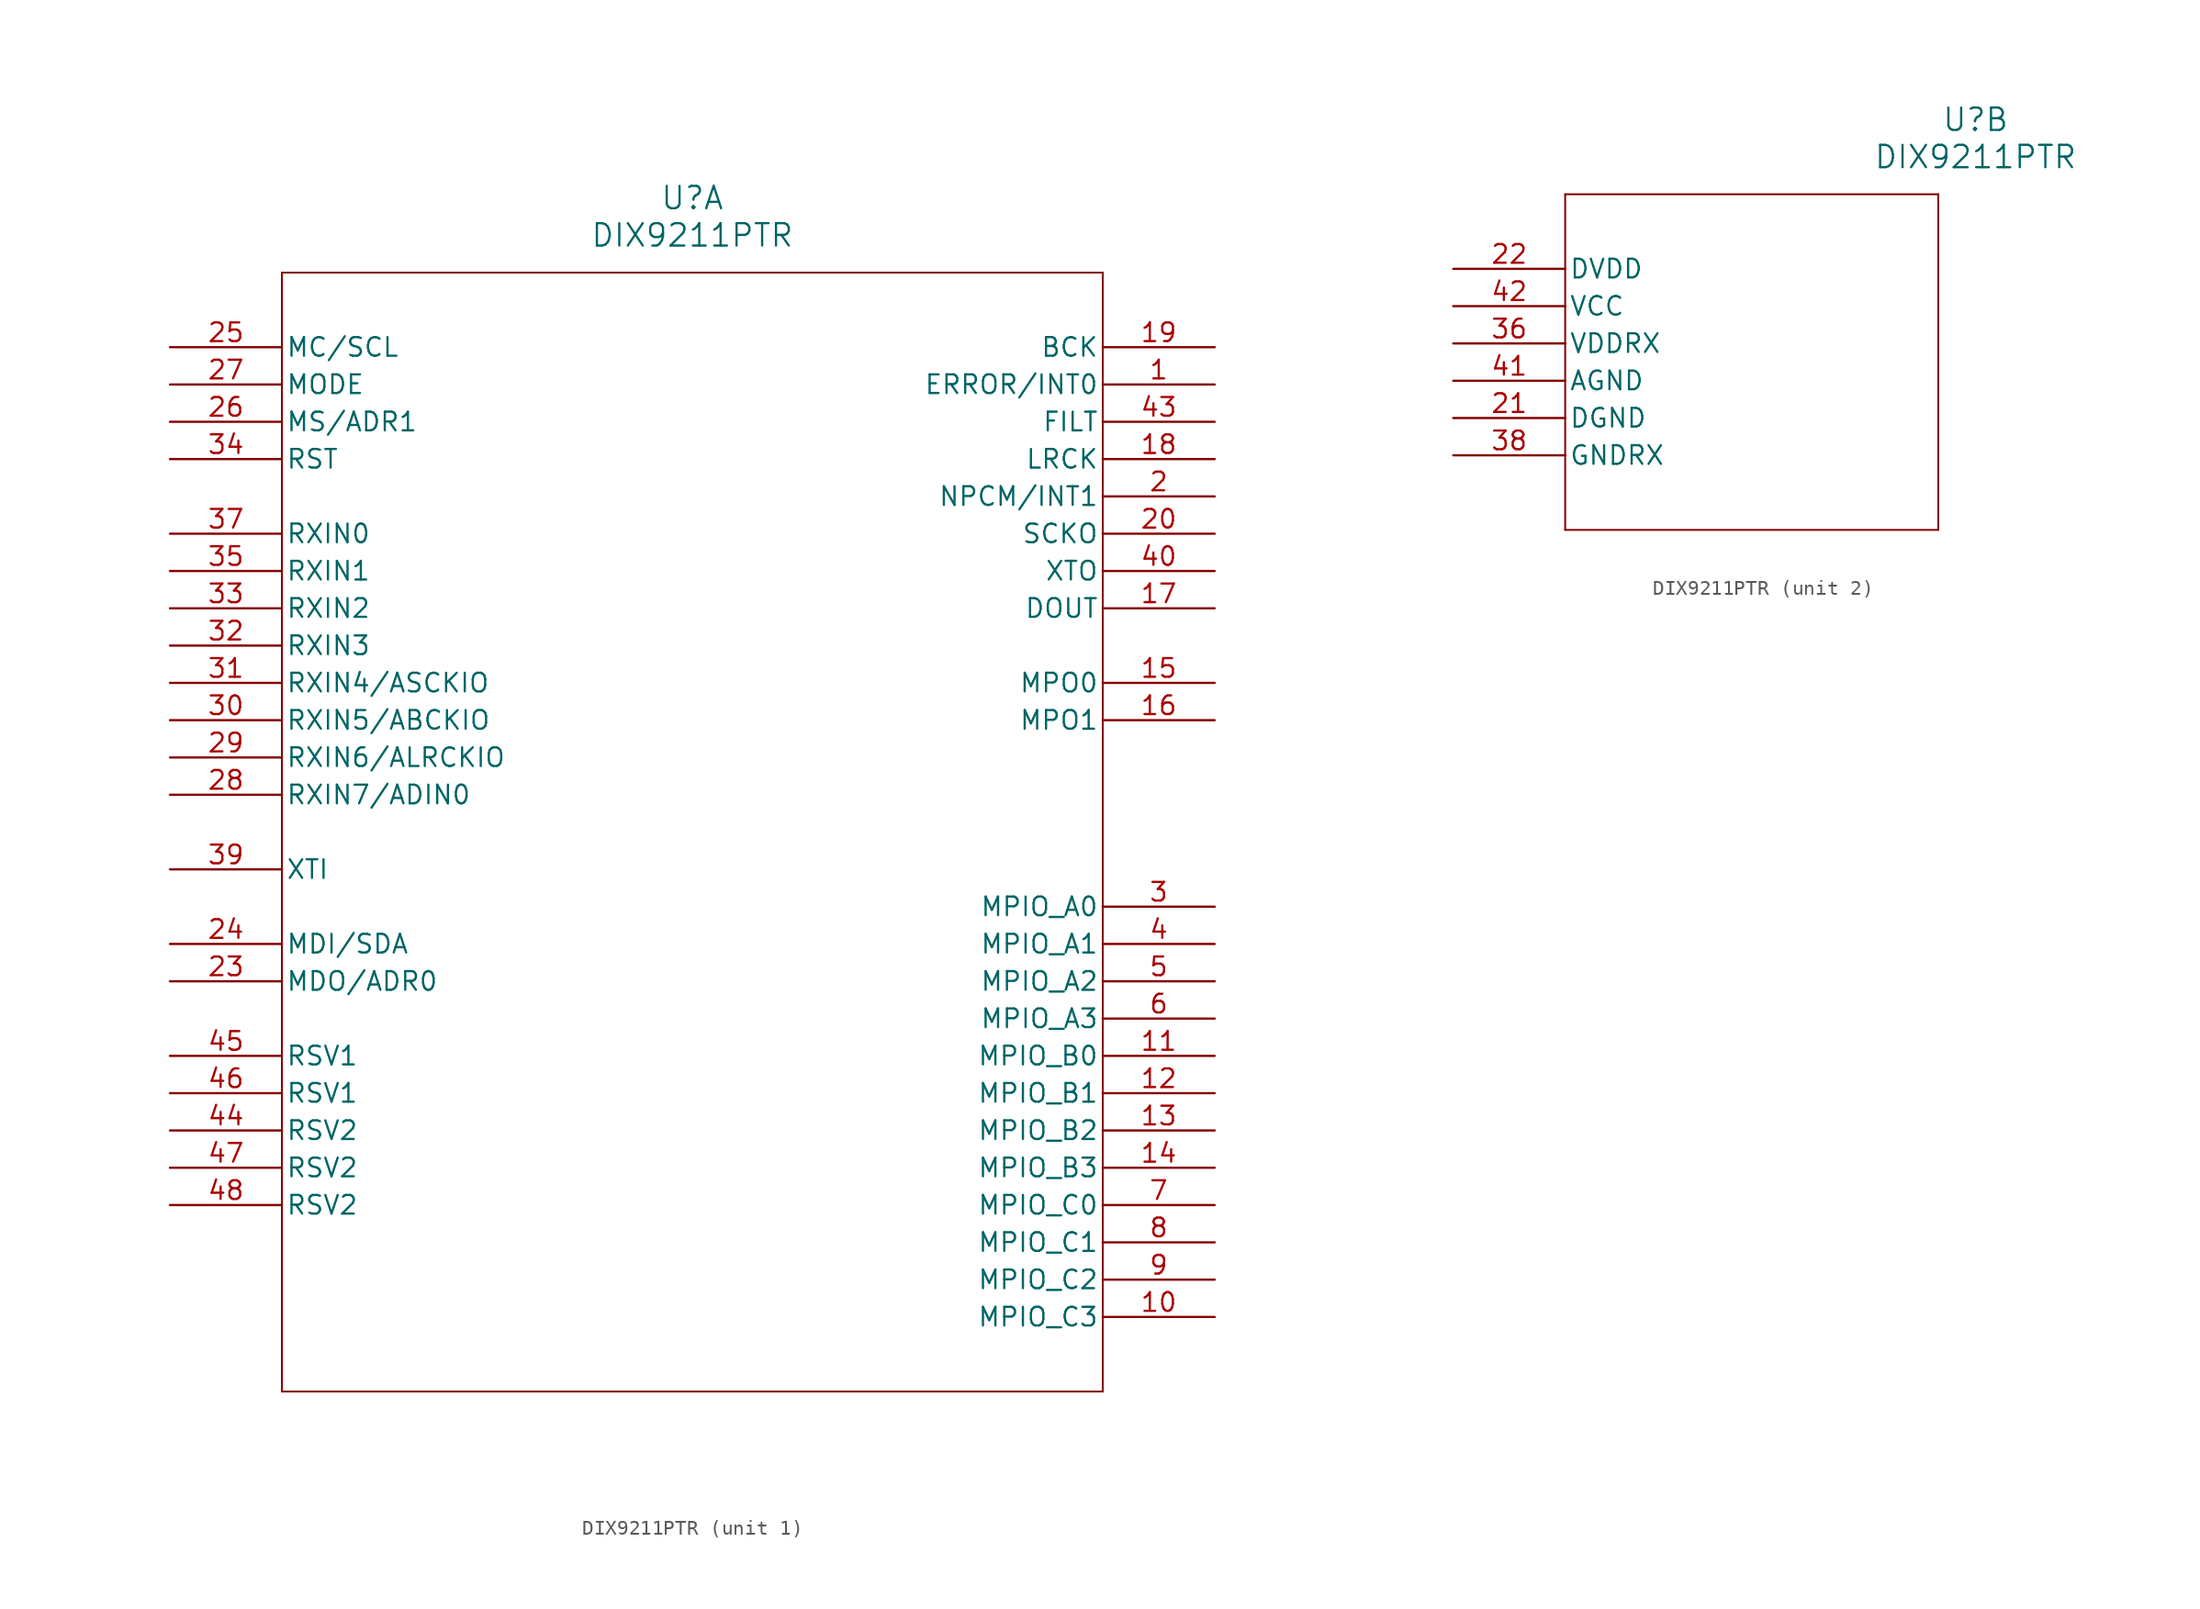
<source format=kicad_sym>
(kicad_symbol_lib
  (version 20211014)
  (generator kicad_symbol_editor)
  (symbol "DIX9211PTR"
    (pin_names
      (offset 0.254))
    (property "Reference" "U"
      (at 35.56 10.16 0)
      (effects (font (size 1.524 1.524))))
    (property "Value" "DIX9211PTR"
      (at 35.56 7.62 0)
      (effects (font (size 1.524 1.524))))
    (symbol "DIX9211PTR_1_1"
      (polyline (pts (xy 7.62 5.08) (xy 7.62 -71.12)) (stroke (width 0.127) (type default) (color 0 0 0 0)) (fill (type none)))
      (polyline (pts (xy 7.62 -71.12) (xy 63.5 -71.12)) (stroke (width 0.127) (type default) (color 0 0 0 0)) (fill (type none)))
      (polyline (pts (xy 63.5 -71.12) (xy 63.5 5.08)) (stroke (width 0.127) (type default) (color 0 0 0 0)) (fill (type none)))
      (polyline (pts (xy 63.5 5.08) (xy 7.62 5.08)) (stroke (width 0.127) (type default) (color 0 0 0 0)) (fill (type none)))
      (pin output line (at 71.12 -2.54 180) (length 7.62) (name "ERROR/INT0" (effects (font (size 1.27 1.27)))) (number "1" (effects (font (size 1.27 1.27)))))
      (pin output line (at 71.12 -10.16 180) (length 7.62) (name "NPCM/INT1" (effects (font (size 1.27 1.27)))) (number "2" (effects (font (size 1.27 1.27)))))
      (pin bidirectional line (at 71.12 -38.1 180) (length 7.62) (name "MPIO_A0" (effects (font (size 1.27 1.27)))) (number "3" (effects (font (size 1.27 1.27)))))
      (pin bidirectional line (at 71.12 -40.64 180) (length 7.62) (name "MPIO_A1" (effects (font (size 1.27 1.27)))) (number "4" (effects (font (size 1.27 1.27)))))
      (pin bidirectional line (at 71.12 -43.18 180) (length 7.62) (name "MPIO_A2" (effects (font (size 1.27 1.27)))) (number "5" (effects (font (size 1.27 1.27)))))
      (pin bidirectional line (at 71.12 -45.72 180) (length 7.62) (name "MPIO_A3" (effects (font (size 1.27 1.27)))) (number "6" (effects (font (size 1.27 1.27)))))
      (pin bidirectional line (at 71.12 -58.42 180) (length 7.62) (name "MPIO_C0" (effects (font (size 1.27 1.27)))) (number "7" (effects (font (size 1.27 1.27)))))
      (pin bidirectional line (at 71.12 -60.96 180) (length 7.62) (name "MPIO_C1" (effects (font (size 1.27 1.27)))) (number "8" (effects (font (size 1.27 1.27)))))
      (pin bidirectional line (at 71.12 -63.5 180) (length 7.62) (name "MPIO_C2" (effects (font (size 1.27 1.27)))) (number "9" (effects (font (size 1.27 1.27)))))
      (pin bidirectional line (at 71.12 -66.04 180) (length 7.62) (name "MPIO_C3" (effects (font (size 1.27 1.27)))) (number "10" (effects (font (size 1.27 1.27)))))
      (pin bidirectional line (at 71.12 -48.26 180) (length 7.62) (name "MPIO_B0" (effects (font (size 1.27 1.27)))) (number "11" (effects (font (size 1.27 1.27)))))
      (pin bidirectional line (at 71.12 -50.8 180) (length 7.62) (name "MPIO_B1" (effects (font (size 1.27 1.27)))) (number "12" (effects (font (size 1.27 1.27)))))
      (pin bidirectional line (at 71.12 -53.34 180) (length 7.62) (name "MPIO_B2" (effects (font (size 1.27 1.27)))) (number "13" (effects (font (size 1.27 1.27)))))
      (pin bidirectional line (at 71.12 -55.88 180) (length 7.62) (name "MPIO_B3" (effects (font (size 1.27 1.27)))) (number "14" (effects (font (size 1.27 1.27)))))
      (pin output line (at 71.12 -22.86 180) (length 7.62) (name "MPO0" (effects (font (size 1.27 1.27)))) (number "15" (effects (font (size 1.27 1.27)))))
      (pin output line (at 71.12 -25.4 180) (length 7.62) (name "MPO1" (effects (font (size 1.27 1.27)))) (number "16" (effects (font (size 1.27 1.27)))))
      (pin output line (at 71.12 -17.78 180) (length 7.62) (name "DOUT" (effects (font (size 1.27 1.27)))) (number "17" (effects (font (size 1.27 1.27)))))
      (pin output line (at 71.12 -7.62 180) (length 7.62) (name "LRCK" (effects (font (size 1.27 1.27)))) (number "18" (effects (font (size 1.27 1.27)))))
      (pin output line (at 71.12 0 180) (length 7.62) (name "BCK" (effects (font (size 1.27 1.27)))) (number "19" (effects (font (size 1.27 1.27)))))
      (pin output line (at 71.12 -12.7 180) (length 7.62) (name "SCKO" (effects (font (size 1.27 1.27)))) (number "20" (effects (font (size 1.27 1.27)))))
      (pin bidirectional line (at 0 -43.18 0) (length 7.62) (name "MDO/ADR0" (effects (font (size 1.27 1.27)))) (number "23" (effects (font (size 1.27 1.27)))))
      (pin bidirectional line (at 0 -40.64 0) (length 7.62) (name "MDI/SDA" (effects (font (size 1.27 1.27)))) (number "24" (effects (font (size 1.27 1.27)))))
      (pin input line (at 0 0 0) (length 7.62) (name "MC/SCL" (effects (font (size 1.27 1.27)))) (number "25" (effects (font (size 1.27 1.27)))))
      (pin input line (at 0 -5.08 0) (length 7.62) (name "MS/ADR1" (effects (font (size 1.27 1.27)))) (number "26" (effects (font (size 1.27 1.27)))))
      (pin input line (at 0 -2.54 0) (length 7.62) (name "MODE" (effects (font (size 1.27 1.27)))) (number "27" (effects (font (size 1.27 1.27)))))
      (pin input line (at 0 -30.48 0) (length 7.62) (name "RXIN7/ADIN0" (effects (font (size 1.27 1.27)))) (number "28" (effects (font (size 1.27 1.27)))))
      (pin input line (at 0 -27.94 0) (length 7.62) (name "RXIN6/ALRCKIO" (effects (font (size 1.27 1.27)))) (number "29" (effects (font (size 1.27 1.27)))))
      (pin input line (at 0 -25.4 0) (length 7.62) (name "RXIN5/ABCKIO" (effects (font (size 1.27 1.27)))) (number "30" (effects (font (size 1.27 1.27)))))
      (pin input line (at 0 -22.86 0) (length 7.62) (name "RXIN4/ASCKIO" (effects (font (size 1.27 1.27)))) (number "31" (effects (font (size 1.27 1.27)))))
      (pin input line (at 0 -20.32 0) (length 7.62) (name "RXIN3" (effects (font (size 1.27 1.27)))) (number "32" (effects (font (size 1.27 1.27)))))
      (pin input line (at 0 -17.78 0) (length 7.62) (name "RXIN2" (effects (font (size 1.27 1.27)))) (number "33" (effects (font (size 1.27 1.27)))))
      (pin input line (at 0 -7.62 0) (length 7.62) (name "RST" (effects (font (size 1.27 1.27)))) (number "34" (effects (font (size 1.27 1.27)))))
      (pin input line (at 0 -15.24 0) (length 7.62) (name "RXIN1" (effects (font (size 1.27 1.27)))) (number "35" (effects (font (size 1.27 1.27)))))
      (pin input line (at 0 -12.7 0) (length 7.62) (name "RXIN0" (effects (font (size 1.27 1.27)))) (number "37" (effects (font (size 1.27 1.27)))))
      (pin input line (at 0 -35.56 0) (length 7.62) (name "XTI" (effects (font (size 1.27 1.27)))) (number "39" (effects (font (size 1.27 1.27)))))
      (pin output line (at 71.12 -15.24 180) (length 7.62) (name "XTO" (effects (font (size 1.27 1.27)))) (number "40" (effects (font (size 1.27 1.27)))))
      (pin output line (at 71.12 -5.08 180) (length 7.62) (name "FILT" (effects (font (size 1.27 1.27)))) (number "43" (effects (font (size 1.27 1.27)))))
      (pin unspecified line (at 0 -53.34 0) (length 7.62) (name "RSV2" (effects (font (size 1.27 1.27)))) (number "44" (effects (font (size 1.27 1.27)))))
      (pin unspecified line (at 0 -48.26 0) (length 7.62) (name "RSV1" (effects (font (size 1.27 1.27)))) (number "45" (effects (font (size 1.27 1.27)))))
      (pin unspecified line (at 0 -50.8 0) (length 7.62) (name "RSV1" (effects (font (size 1.27 1.27)))) (number "46" (effects (font (size 1.27 1.27)))))
      (pin unspecified line (at 0 -55.88 0) (length 7.62) (name "RSV2" (effects (font (size 1.27 1.27)))) (number "47" (effects (font (size 1.27 1.27)))))
      (pin unspecified line (at 0 -58.42 0) (length 7.62) (name "RSV2" (effects (font (size 1.27 1.27)))) (number "48" (effects (font (size 1.27 1.27))))))
    (symbol "DIX9211PTR_2_1"
      (polyline (pts (xy 7.62 5.08) (xy 7.62 -17.78)) (stroke (width 0.127) (type default) (color 0 0 0 0)) (fill (type none)))
      (polyline (pts (xy 7.62 -17.78) (xy 33.02 -17.78)) (stroke (width 0.127) (type default) (color 0 0 0 0)) (fill (type none)))
      (polyline (pts (xy 33.02 -17.78) (xy 33.02 5.08)) (stroke (width 0.127) (type default) (color 0 0 0 0)) (fill (type none)))
      (polyline (pts (xy 33.02 5.08) (xy 7.62 5.08)) (stroke (width 0.127) (type default) (color 0 0 0 0)) (fill (type none)))
      (pin power_in line (at 0 -10.16 0) (length 7.62) (name "DGND" (effects (font (size 1.27 1.27)))) (number "21" (effects (font (size 1.27 1.27)))))
      (pin power_in line (at 0 0 0) (length 7.62) (name "DVDD" (effects (font (size 1.27 1.27)))) (number "22" (effects (font (size 1.27 1.27)))))
      (pin power_in line (at 0 -5.08 0) (length 7.62) (name "VDDRX" (effects (font (size 1.27 1.27)))) (number "36" (effects (font (size 1.27 1.27)))))
      (pin power_in line (at 0 -12.7 0) (length 7.62) (name "GNDRX" (effects (font (size 1.27 1.27)))) (number "38" (effects (font (size 1.27 1.27)))))
      (pin power_in line (at 0 -7.62 0) (length 7.62) (name "AGND" (effects (font (size 1.27 1.27)))) (number "41" (effects (font (size 1.27 1.27)))))
      (pin power_in line (at 0 -2.54 0) (length 7.62) (name "VCC" (effects (font (size 1.27 1.27)))) (number "42" (effects (font (size 1.27 1.27))))))))
</source>
